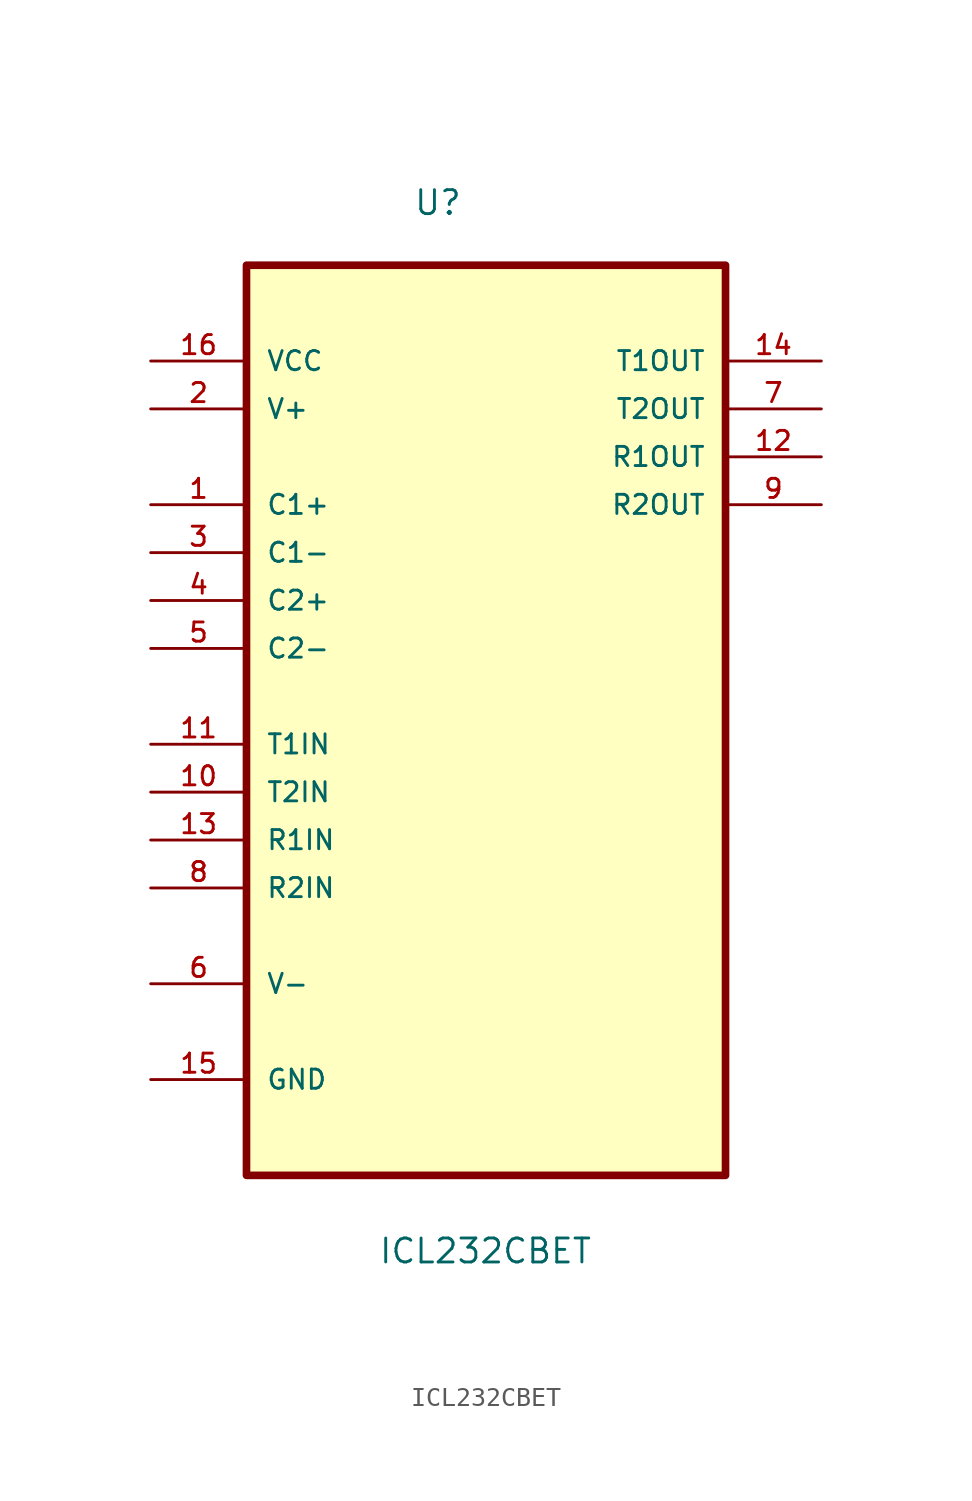
<source format=kicad_sym>
(kicad_symbol_lib
  (version 20211014)
  (generator kicad_symbol_editor)
  (symbol "ICL232CBET"
    (pin_names
      (offset 1.016))
    (property "Reference" "U"
      (at -3.862 22.893 0.0)
      (effects (font (size 1.27 1.27)) (justify bottom left)))
    (property "Value" "ICL232CBET"
      (at -5.72 -32.695 0.0)
      (effects (font (size 1.27 1.27)) (justify bottom left)))
    (symbol "ICL232CBET_0_0"
      (rectangle (start -12.7 -27.94) (end 12.7 20.32) (stroke (width 0.406)) (fill (type background)))
      (pin power_in line (at -17.78 15.24 0) (length 5.08) (name "VCC" (effects (font (size 1.016 1.016)))) (number "16" (effects (font (size 1.016 1.016)))))
      (pin power_in line (at -17.78 12.7 0) (length 5.08) (name "V+" (effects (font (size 1.016 1.016)))) (number "2" (effects (font (size 1.016 1.016)))))
      (pin passive line (at -17.78 7.62 0) (length 5.08) (name "C1+" (effects (font (size 1.016 1.016)))) (number "1" (effects (font (size 1.016 1.016)))))
      (pin passive line (at -17.78 5.08 0) (length 5.08) (name "C1-" (effects (font (size 1.016 1.016)))) (number "3" (effects (font (size 1.016 1.016)))))
      (pin passive line (at -17.78 2.54 0) (length 5.08) (name "C2+" (effects (font (size 1.016 1.016)))) (number "4" (effects (font (size 1.016 1.016)))))
      (pin passive line (at -17.78 0.0 0) (length 5.08) (name "C2-" (effects (font (size 1.016 1.016)))) (number "5" (effects (font (size 1.016 1.016)))))
      (pin input line (at -17.78 -5.08 0) (length 5.08) (name "T1IN" (effects (font (size 1.016 1.016)))) (number "11" (effects (font (size 1.016 1.016)))))
      (pin input line (at -17.78 -7.62 0) (length 5.08) (name "T2IN" (effects (font (size 1.016 1.016)))) (number "10" (effects (font (size 1.016 1.016)))))
      (pin input line (at -17.78 -10.16 0) (length 5.08) (name "R1IN" (effects (font (size 1.016 1.016)))) (number "13" (effects (font (size 1.016 1.016)))))
      (pin input line (at -17.78 -12.7 0) (length 5.08) (name "R2IN" (effects (font (size 1.016 1.016)))) (number "8" (effects (font (size 1.016 1.016)))))
      (pin power_in line (at -17.78 -17.78 0) (length 5.08) (name "V-" (effects (font (size 1.016 1.016)))) (number "6" (effects (font (size 1.016 1.016)))))
      (pin passive line (at -17.78 -22.86 0) (length 5.08) (name "GND" (effects (font (size 1.016 1.016)))) (number "15" (effects (font (size 1.016 1.016)))))
      (pin output line (at 17.78 15.24 180.0) (length 5.08) (name "T1OUT" (effects (font (size 1.016 1.016)))) (number "14" (effects (font (size 1.016 1.016)))))
      (pin output line (at 17.78 12.7 180.0) (length 5.08) (name "T2OUT" (effects (font (size 1.016 1.016)))) (number "7" (effects (font (size 1.016 1.016)))))
      (pin output line (at 17.78 10.16 180.0) (length 5.08) (name "R1OUT" (effects (font (size 1.016 1.016)))) (number "12" (effects (font (size 1.016 1.016)))))
      (pin output line (at 17.78 7.62 180.0) (length 5.08) (name "R2OUT" (effects (font (size 1.016 1.016)))) (number "9" (effects (font (size 1.016 1.016))))))))
</source>
